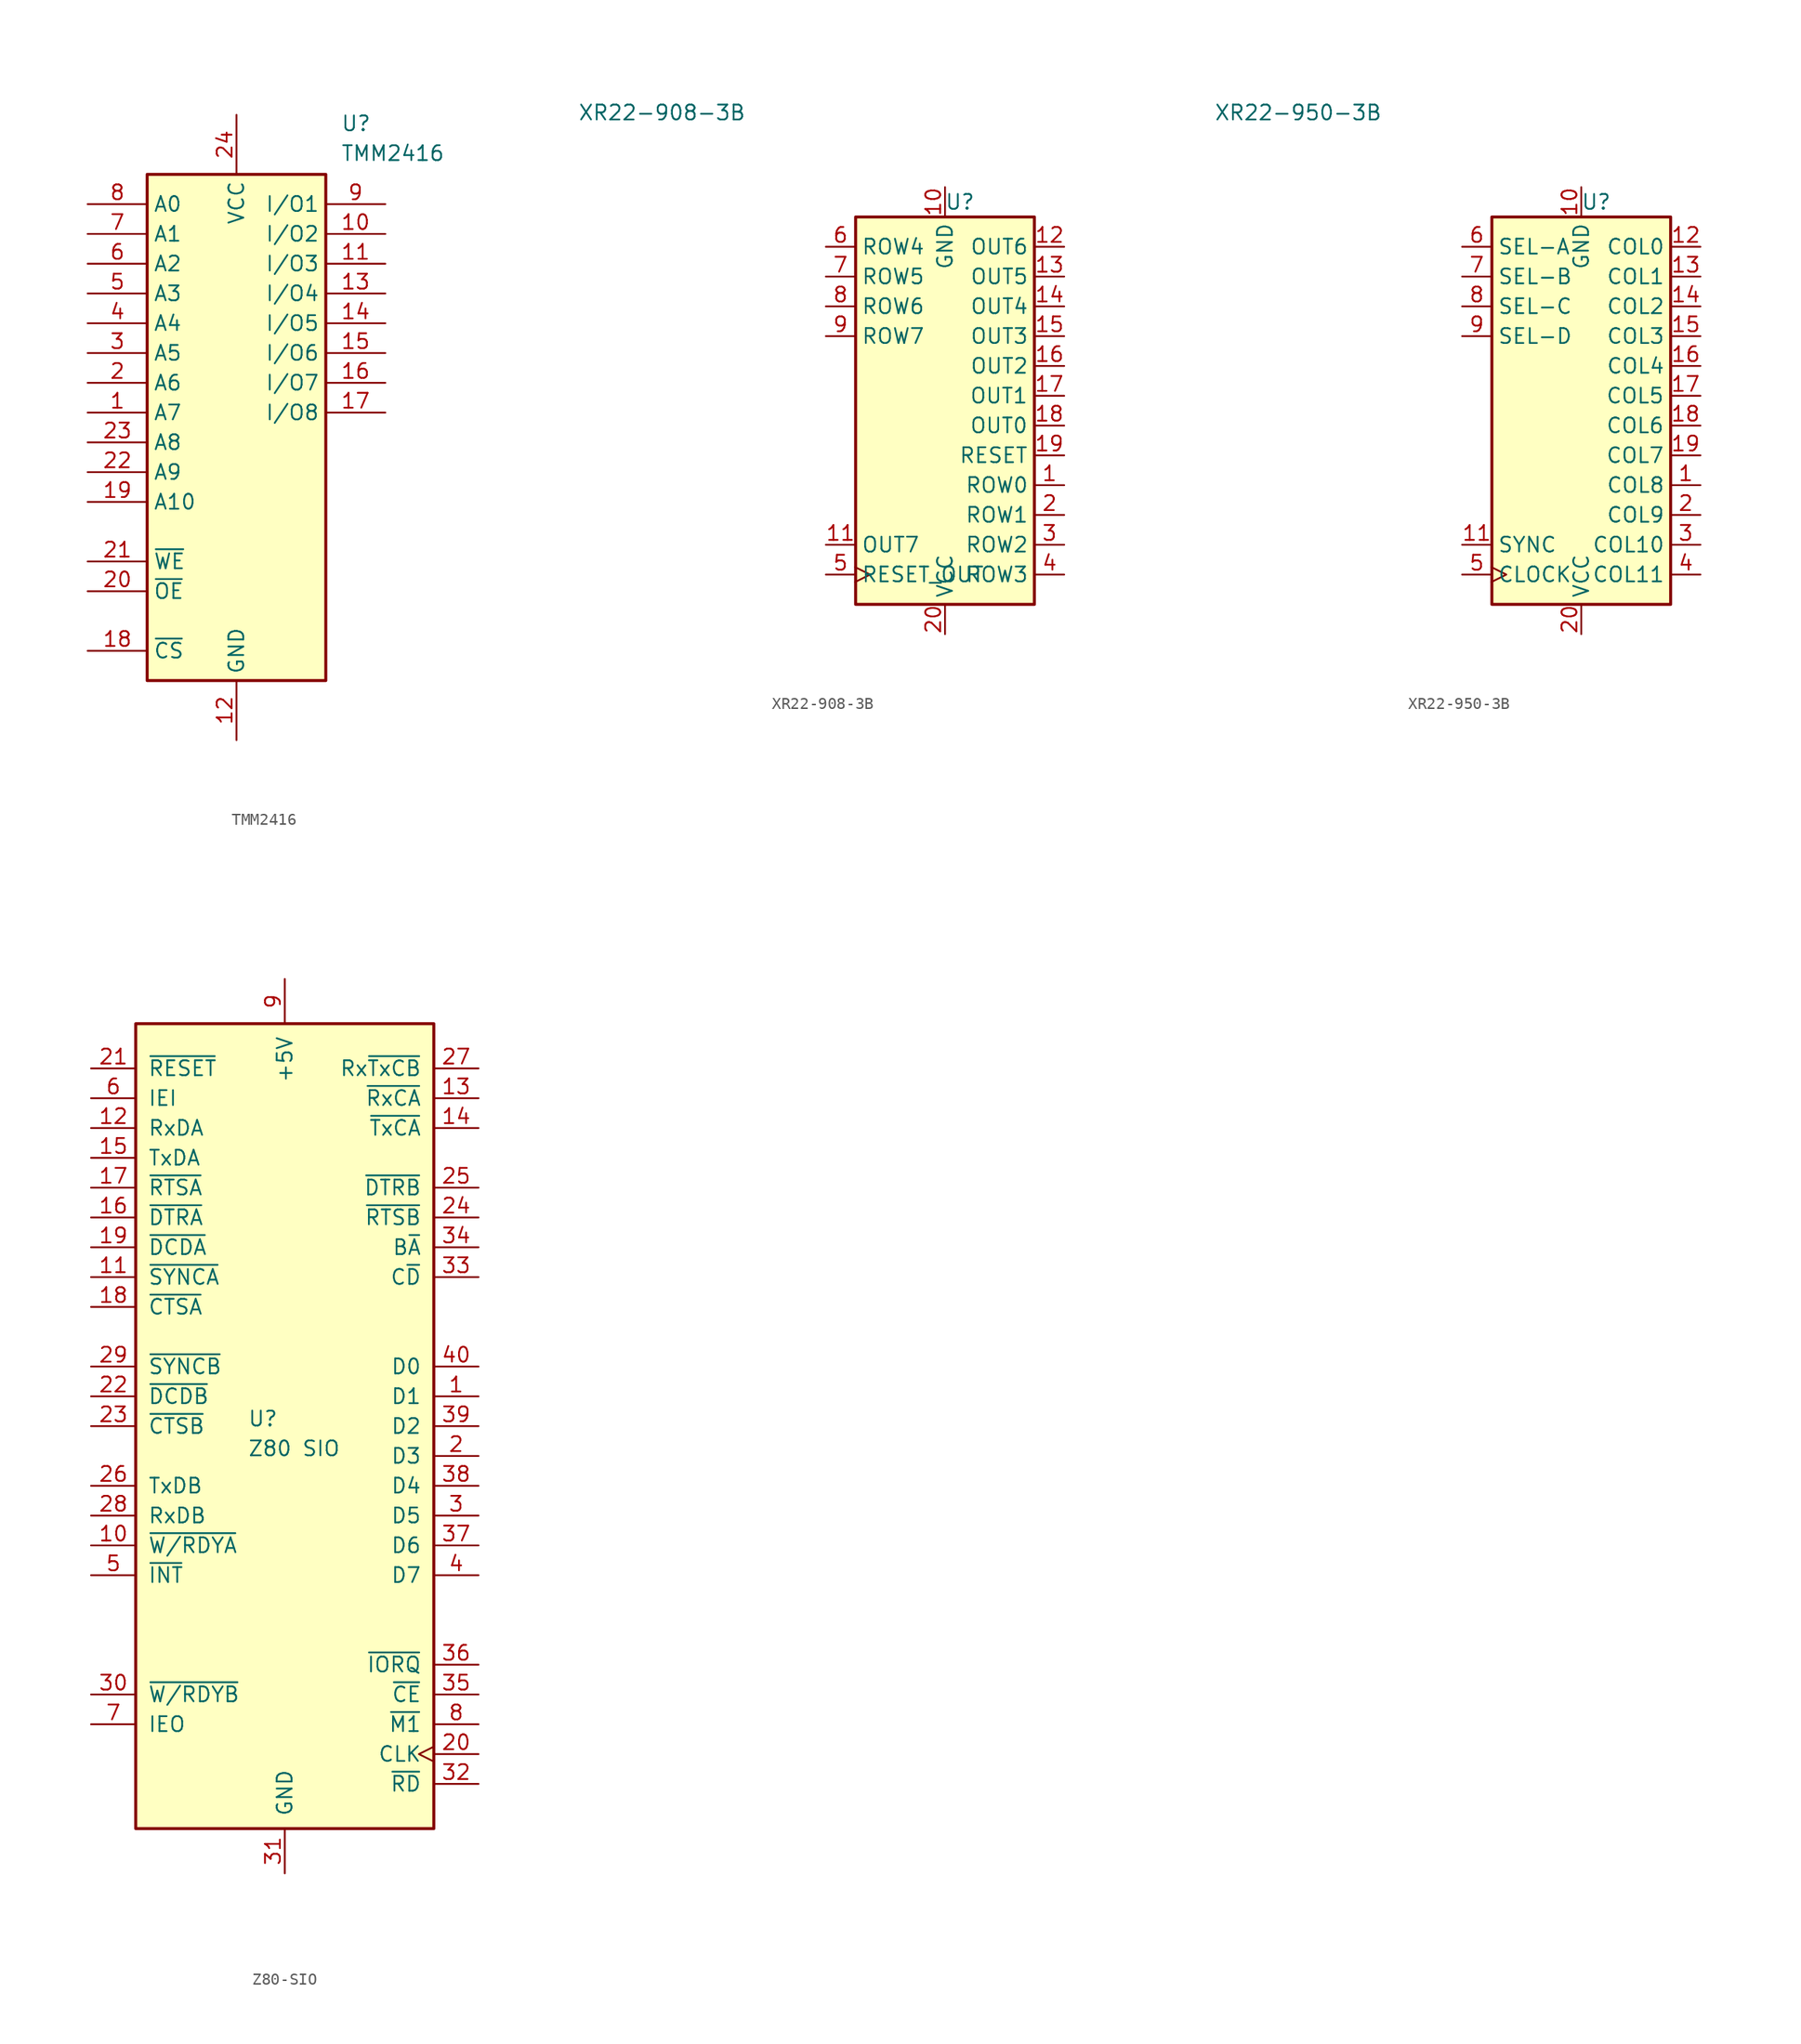
<source format=kicad_sym>
(kicad_symbol_lib
  (version 20220914)
  (generator kicad_symbol_editor)
  (symbol "TMM2416"
    (property "Reference" "U"
      (at 21.59 7.62 0)
      (effects (font (size 1.27 1.27)) (justify left top)))
    (property "Value" "TMM2416"
      (at 21.59 5.08 0)
      (effects (font (size 1.27 1.27)) (justify left top)))
    (symbol "TMM2416_1_1"
      (rectangle (start 5.08 2.54) (end 20.32 -40.64) (stroke (width 0.254) (type default)) (fill (type background)))
      (pin input line (at 0 -17.78 0) (length 5.08) (name "A7" (effects (font (size 1.27 1.27)))) (number "1" (effects (font (size 1.27 1.27)))))
      (pin bidirectional line (at 25.4 -2.54 180) (length 5.08) (name "I/O2" (effects (font (size 1.27 1.27)))) (number "10" (effects (font (size 1.27 1.27)))))
      (pin bidirectional line (at 25.4 -5.08 180) (length 5.08) (name "I/O3" (effects (font (size 1.27 1.27)))) (number "11" (effects (font (size 1.27 1.27)))))
      (pin power_in line (at 12.7 -45.72 90) (length 5.08) (name "GND" (effects (font (size 1.27 1.27)))) (number "12" (effects (font (size 1.27 1.27)))))
      (pin bidirectional line (at 25.4 -7.62 180) (length 5.08) (name "I/O4" (effects (font (size 1.27 1.27)))) (number "13" (effects (font (size 1.27 1.27)))))
      (pin bidirectional line (at 25.4 -10.16 180) (length 5.08) (name "I/O5" (effects (font (size 1.27 1.27)))) (number "14" (effects (font (size 1.27 1.27)))))
      (pin bidirectional line (at 25.4 -12.7 180) (length 5.08) (name "I/O6" (effects (font (size 1.27 1.27)))) (number "15" (effects (font (size 1.27 1.27)))))
      (pin bidirectional line (at 25.4 -15.24 180) (length 5.08) (name "I/O7" (effects (font (size 1.27 1.27)))) (number "16" (effects (font (size 1.27 1.27)))))
      (pin bidirectional line (at 25.4 -17.78 180) (length 5.08) (name "I/O8" (effects (font (size 1.27 1.27)))) (number "17" (effects (font (size 1.27 1.27)))))
      (pin input line (at 0 -38.1 0) (length 5.08) (name "~{CS}" (effects (font (size 1.27 1.27)))) (number "18" (effects (font (size 1.27 1.27)))))
      (pin input line (at 0 -25.4 0) (length 5.08) (name "A10" (effects (font (size 1.27 1.27)))) (number "19" (effects (font (size 1.27 1.27)))))
      (pin input line (at 0 -15.24 0) (length 5.08) (name "A6" (effects (font (size 1.27 1.27)))) (number "2" (effects (font (size 1.27 1.27)))))
      (pin input line (at 0 -33.02 0) (length 5.08) (name "~{OE}" (effects (font (size 1.27 1.27)))) (number "20" (effects (font (size 1.27 1.27)))))
      (pin input line (at 0 -30.48 0) (length 5.08) (name "~{WE}" (effects (font (size 1.27 1.27)))) (number "21" (effects (font (size 1.27 1.27)))))
      (pin input line (at 0 -22.86 0) (length 5.08) (name "A9" (effects (font (size 1.27 1.27)))) (number "22" (effects (font (size 1.27 1.27)))))
      (pin input line (at 0 -20.32 0) (length 5.08) (name "A8" (effects (font (size 1.27 1.27)))) (number "23" (effects (font (size 1.27 1.27)))))
      (pin power_in line (at 12.7 7.62 270) (length 5.08) (name "VCC" (effects (font (size 1.27 1.27)))) (number "24" (effects (font (size 1.27 1.27)))))
      (pin input line (at 0 -12.7 0) (length 5.08) (name "A5" (effects (font (size 1.27 1.27)))) (number "3" (effects (font (size 1.27 1.27)))))
      (pin input line (at 0 -10.16 0) (length 5.08) (name "A4" (effects (font (size 1.27 1.27)))) (number "4" (effects (font (size 1.27 1.27)))))
      (pin input line (at 0 -7.62 0) (length 5.08) (name "A3" (effects (font (size 1.27 1.27)))) (number "5" (effects (font (size 1.27 1.27)))))
      (pin input line (at 0 -5.08 0) (length 5.08) (name "A2" (effects (font (size 1.27 1.27)))) (number "6" (effects (font (size 1.27 1.27)))))
      (pin input line (at 0 -2.54 0) (length 5.08) (name "A1" (effects (font (size 1.27 1.27)))) (number "7" (effects (font (size 1.27 1.27)))))
      (pin input line (at 0 0 0) (length 5.08) (name "A0" (effects (font (size 1.27 1.27)))) (number "8" (effects (font (size 1.27 1.27)))))
      (pin bidirectional line (at 25.4 0 180) (length 5.08) (name "I/O1" (effects (font (size 1.27 1.27)))) (number "9" (effects (font (size 1.27 1.27)))))))
  (symbol "XR22-908-3B"
    (property "Reference" "U"
      (at 1.27 -6.35 0)
      (effects (font (size 1.27 1.27))))
    (property "Value" "XR22-908-3B"
      (at -24.13 1.27 0)
      (effects (font (size 1.27 1.27))))
    (symbol "XR22-908-3B_1_0"
      (pin bidirectional line (at 10.16 -30.48 180) (length 2.5) (name "ROW0" (effects (font (size 1.27 1.27)))) (number "1" (effects (font (size 1.27 1.27)))))
      (pin power_in line (at 0 -5.08 270) (length 2.5) (name "GND" (effects (font (size 1.27 1.27)))) (number "10" (effects (font (size 1.27 1.27)))))
      (pin output line (at -10.16 -35.56 0) (length 2.5) (name "OUT7" (effects (font (size 1.27 1.27)))) (number "11" (effects (font (size 1.27 1.27)))))
      (pin output line (at 10.16 -10.16 180) (length 2.5) (name "OUT6" (effects (font (size 1.27 1.27)))) (number "12" (effects (font (size 1.27 1.27)))))
      (pin output line (at 10.16 -12.7 180) (length 2.5) (name "OUT5" (effects (font (size 1.27 1.27)))) (number "13" (effects (font (size 1.27 1.27)))))
      (pin output line (at 10.16 -15.24 180) (length 2.5) (name "OUT4" (effects (font (size 1.27 1.27)))) (number "14" (effects (font (size 1.27 1.27)))))
      (pin output line (at 10.16 -17.78 180) (length 2.5) (name "OUT3" (effects (font (size 1.27 1.27)))) (number "15" (effects (font (size 1.27 1.27)))))
      (pin output line (at 10.16 -20.32 180) (length 2.5) (name "OUT2" (effects (font (size 1.27 1.27)))) (number "16" (effects (font (size 1.27 1.27)))))
      (pin output line (at 10.16 -22.86 180) (length 2.54) (name "OUT1" (effects (font (size 1.27 1.27)))) (number "17" (effects (font (size 1.27 1.27)))))
      (pin output line (at 10.16 -25.4 180) (length 2.54) (name "OUT0" (effects (font (size 1.27 1.27)))) (number "18" (effects (font (size 1.27 1.27)))))
      (pin input line (at 10.16 -27.94 180) (length 2.54) (name "RESET" (effects (font (size 1.27 1.27)))) (number "19" (effects (font (size 1.27 1.27)))))
      (pin bidirectional line (at 10.16 -33.02 180) (length 2.5) (name "ROW1" (effects (font (size 1.27 1.27)))) (number "2" (effects (font (size 1.27 1.27)))))
      (pin power_in line (at 0 -43.18 90) (length 2.54) (name "VCC" (effects (font (size 1.27 1.27)))) (number "20" (effects (font (size 1.27 1.27)))))
      (pin bidirectional line (at 10.16 -35.56 180) (length 2.5) (name "ROW2" (effects (font (size 1.27 1.27)))) (number "3" (effects (font (size 1.27 1.27)))))
      (pin bidirectional line (at 10.16 -38.1 180) (length 2.5) (name "ROW3" (effects (font (size 1.27 1.27)))) (number "4" (effects (font (size 1.27 1.27)))))
      (pin output clock (at -10.16 -38.1 0) (length 2.5) (name "RESET_OUT" (effects (font (size 1.27 1.27)))) (number "5" (effects (font (size 1.27 1.27)))))
      (pin bidirectional line (at -10.16 -10.16 0) (length 2.5) (name "ROW4" (effects (font (size 1.27 1.27)))) (number "6" (effects (font (size 1.27 1.27)))))
      (pin bidirectional line (at -10.16 -12.7 0) (length 2.5) (name "ROW5" (effects (font (size 1.27 1.27)))) (number "7" (effects (font (size 1.27 1.27)))))
      (pin bidirectional line (at -10.16 -15.24 0) (length 2.5) (name "ROW6" (effects (font (size 1.27 1.27)))) (number "8" (effects (font (size 1.27 1.27)))))
      (pin bidirectional line (at -10.16 -17.78 0) (length 2.5) (name "ROW7" (effects (font (size 1.27 1.27)))) (number "9" (effects (font (size 1.27 1.27))))))
    (symbol "XR22-908-3B_1_1"
      (rectangle (start -7.62 -7.62) (end 7.62 -40.64) (stroke (width 0.254) (type default)) (fill (type background)))))
  (symbol "XR22-950-3B"
    (property "Reference" "U"
      (at 1.27 -6.35 0)
      (effects (font (size 1.27 1.27))))
    (property "Value" "XR22-950-3B"
      (at -24.13 1.27 0)
      (effects (font (size 1.27 1.27))))
    (symbol "XR22-950-3B_1_0"
      (pin bidirectional line (at 10.16 -30.48 180) (length 2.5) (name "COL8" (effects (font (size 1.27 1.27)))) (number "1" (effects (font (size 1.27 1.27)))))
      (pin power_in line (at 0 -5.08 270) (length 2.5) (name "GND" (effects (font (size 1.27 1.27)))) (number "10" (effects (font (size 1.27 1.27)))))
      (pin bidirectional line (at -10.16 -35.56 0) (length 2.5) (name "SYNC" (effects (font (size 1.27 1.27)))) (number "11" (effects (font (size 1.27 1.27)))))
      (pin bidirectional line (at 10.16 -10.16 180) (length 2.5) (name "COL0" (effects (font (size 1.27 1.27)))) (number "12" (effects (font (size 1.27 1.27)))))
      (pin bidirectional line (at 10.16 -12.7 180) (length 2.5) (name "COL1" (effects (font (size 1.27 1.27)))) (number "13" (effects (font (size 1.27 1.27)))))
      (pin bidirectional line (at 10.16 -15.24 180) (length 2.5) (name "COL2" (effects (font (size 1.27 1.27)))) (number "14" (effects (font (size 1.27 1.27)))))
      (pin bidirectional line (at 10.16 -17.78 180) (length 2.5) (name "COL3" (effects (font (size 1.27 1.27)))) (number "15" (effects (font (size 1.27 1.27)))))
      (pin bidirectional line (at 10.16 -20.32 180) (length 2.5) (name "COL4" (effects (font (size 1.27 1.27)))) (number "16" (effects (font (size 1.27 1.27)))))
      (pin bidirectional line (at 10.16 -22.86 180) (length 2.54) (name "COL5" (effects (font (size 1.27 1.27)))) (number "17" (effects (font (size 1.27 1.27)))))
      (pin bidirectional line (at 10.16 -25.4 180) (length 2.54) (name "COL6" (effects (font (size 1.27 1.27)))) (number "18" (effects (font (size 1.27 1.27)))))
      (pin bidirectional line (at 10.16 -27.94 180) (length 2.54) (name "COL7" (effects (font (size 1.27 1.27)))) (number "19" (effects (font (size 1.27 1.27)))))
      (pin bidirectional line (at 10.16 -33.02 180) (length 2.5) (name "COL9" (effects (font (size 1.27 1.27)))) (number "2" (effects (font (size 1.27 1.27)))))
      (pin power_in line (at 0 -43.18 90) (length 2.54) (name "VCC" (effects (font (size 1.27 1.27)))) (number "20" (effects (font (size 1.27 1.27)))))
      (pin bidirectional line (at 10.16 -35.56 180) (length 2.5) (name "COL10" (effects (font (size 1.27 1.27)))) (number "3" (effects (font (size 1.27 1.27)))))
      (pin bidirectional line (at 10.16 -38.1 180) (length 2.5) (name "COL11" (effects (font (size 1.27 1.27)))) (number "4" (effects (font (size 1.27 1.27)))))
      (pin bidirectional clock (at -10.16 -38.1 0) (length 2.5) (name "CLOCK" (effects (font (size 1.27 1.27)))) (number "5" (effects (font (size 1.27 1.27)))))
      (pin bidirectional line (at -10.16 -10.16 0) (length 2.5) (name "SEL-A" (effects (font (size 1.27 1.27)))) (number "6" (effects (font (size 1.27 1.27)))))
      (pin bidirectional line (at -10.16 -12.7 0) (length 2.5) (name "SEL-B" (effects (font (size 1.27 1.27)))) (number "7" (effects (font (size 1.27 1.27)))))
      (pin bidirectional line (at -10.16 -15.24 0) (length 2.5) (name "SEL-C" (effects (font (size 1.27 1.27)))) (number "8" (effects (font (size 1.27 1.27)))))
      (pin bidirectional line (at -10.16 -17.78 0) (length 2.5) (name "SEL-D" (effects (font (size 1.27 1.27)))) (number "9" (effects (font (size 1.27 1.27))))))
    (symbol "XR22-950-3B_1_1"
      (rectangle (start -7.62 -7.62) (end 7.62 -40.64) (stroke (width 0.254) (type default)) (fill (type background)))))
  (symbol "Z80-SIO"
    (pin_names
      (offset 1.016))
    (property "Reference" "U"
      (at -3.175 0.635 0)
      (effects (font (size 1.27 1.27)) (justify left)))
    (property "Value" "Z80 SIO"
      (at -3.175 -1.905 0)
      (effects (font (size 1.27 1.27)) (justify left)))
    (symbol "Z80-SIO_0_1"
      (rectangle (start -12.7 34.29) (end 12.7 -34.29) (stroke (width 0.254) (type default)) (fill (type background))))
    (symbol "Z80-SIO_1_1"
      (pin bidirectional line (at 16.51 2.54 180) (length 3.81) (name "D1" (effects (font (size 1.27 1.27)))) (number "1" (effects (font (size 1.27 1.27)))))
      (pin output line (at -16.51 -10.16 0) (length 3.81) (name "~{W/RDYA}" (effects (font (size 1.27 1.27)))) (number "10" (effects (font (size 1.27 1.27)))))
      (pin bidirectional line (at -16.51 12.7 0) (length 3.81) (name "~{SYNCA}" (effects (font (size 1.27 1.27)))) (number "11" (effects (font (size 1.27 1.27)))))
      (pin input line (at -16.51 25.4 0) (length 3.81) (name "RxDA" (effects (font (size 1.27 1.27)))) (number "12" (effects (font (size 1.27 1.27)))))
      (pin input line (at 16.51 27.94 180) (length 3.81) (name "~{RxCA}" (effects (font (size 1.27 1.27)))) (number "13" (effects (font (size 1.27 1.27)))))
      (pin input line (at 16.51 25.4 180) (length 3.81) (name "~{TxCA}" (effects (font (size 1.27 1.27)))) (number "14" (effects (font (size 1.27 1.27)))))
      (pin output line (at -16.51 22.86 0) (length 3.81) (name "TxDA" (effects (font (size 1.27 1.27)))) (number "15" (effects (font (size 1.27 1.27)))))
      (pin output line (at -16.51 17.78 0) (length 3.81) (name "~{DTRA}" (effects (font (size 1.27 1.27)))) (number "16" (effects (font (size 1.27 1.27)))))
      (pin output line (at -16.51 20.32 0) (length 3.81) (name "~{RTSA}" (effects (font (size 1.27 1.27)))) (number "17" (effects (font (size 1.27 1.27)))))
      (pin input line (at -16.51 10.16 0) (length 3.81) (name "~{CTSA}" (effects (font (size 1.27 1.27)))) (number "18" (effects (font (size 1.27 1.27)))))
      (pin input line (at -16.51 15.24 0) (length 3.81) (name "~{DCDA}" (effects (font (size 1.27 1.27)))) (number "19" (effects (font (size 1.27 1.27)))))
      (pin bidirectional line (at 16.51 -2.54 180) (length 3.81) (name "D3" (effects (font (size 1.27 1.27)))) (number "2" (effects (font (size 1.27 1.27)))))
      (pin input clock (at 16.51 -27.94 180) (length 3.81) (name "CLK" (effects (font (size 1.27 1.27)))) (number "20" (effects (font (size 1.27 1.27)))))
      (pin input line (at -16.51 30.48 0) (length 3.81) (name "~{RESET}" (effects (font (size 1.27 1.27)))) (number "21" (effects (font (size 1.27 1.27)))))
      (pin input line (at -16.51 2.54 0) (length 3.81) (name "~{DCDB}" (effects (font (size 1.27 1.27)))) (number "22" (effects (font (size 1.27 1.27)))))
      (pin input line (at -16.51 0 0) (length 3.81) (name "~{CTSB}" (effects (font (size 1.27 1.27)))) (number "23" (effects (font (size 1.27 1.27)))))
      (pin output line (at 16.51 17.78 180) (length 3.81) (name "~{RTSB}" (effects (font (size 1.27 1.27)))) (number "24" (effects (font (size 1.27 1.27)))))
      (pin output line (at 16.51 20.32 180) (length 3.81) (name "~{DTRB}" (effects (font (size 1.27 1.27)))) (number "25" (effects (font (size 1.27 1.27)))))
      (pin output line (at -16.51 -5.08 0) (length 3.81) (name "TxDB" (effects (font (size 1.27 1.27)))) (number "26" (effects (font (size 1.27 1.27)))))
      (pin input line (at 16.51 30.48 180) (length 3.81) (name "Rx~{TxCB}" (effects (font (size 1.27 1.27)))) (number "27" (effects (font (size 1.27 1.27)))))
      (pin input line (at -16.51 -7.62 0) (length 3.81) (name "RxDB" (effects (font (size 1.27 1.27)))) (number "28" (effects (font (size 1.27 1.27)))))
      (pin bidirectional line (at -16.51 5.08 0) (length 3.81) (name "~{SYNCB}" (effects (font (size 1.27 1.27)))) (number "29" (effects (font (size 1.27 1.27)))))
      (pin bidirectional line (at 16.51 -7.62 180) (length 3.81) (name "D5" (effects (font (size 1.27 1.27)))) (number "3" (effects (font (size 1.27 1.27)))))
      (pin output line (at -16.51 -22.86 0) (length 3.81) (name "~{W/RDYB}" (effects (font (size 1.27 1.27)))) (number "30" (effects (font (size 1.27 1.27)))))
      (pin power_in line (at 0 -38.1 90) (length 3.81) (name "GND" (effects (font (size 1.27 1.27)))) (number "31" (effects (font (size 1.27 1.27)))))
      (pin input line (at 16.51 -30.48 180) (length 3.81) (name "~{RD}" (effects (font (size 1.27 1.27)))) (number "32" (effects (font (size 1.27 1.27)))))
      (pin bidirectional line (at 16.51 12.7 180) (length 3.81) (name "C~{D}" (effects (font (size 1.27 1.27)))) (number "33" (effects (font (size 1.27 1.27)))))
      (pin bidirectional line (at 16.51 15.24 180) (length 3.81) (name "B~{A}" (effects (font (size 1.27 1.27)))) (number "34" (effects (font (size 1.27 1.27)))))
      (pin input line (at 16.51 -22.86 180) (length 3.81) (name "~{CE}" (effects (font (size 1.27 1.27)))) (number "35" (effects (font (size 1.27 1.27)))))
      (pin input line (at 16.51 -20.32 180) (length 3.81) (name "~{IORQ}" (effects (font (size 1.27 1.27)))) (number "36" (effects (font (size 1.27 1.27)))))
      (pin bidirectional line (at 16.51 -10.16 180) (length 3.81) (name "D6" (effects (font (size 1.27 1.27)))) (number "37" (effects (font (size 1.27 1.27)))))
      (pin bidirectional line (at 16.51 -5.08 180) (length 3.81) (name "D4" (effects (font (size 1.27 1.27)))) (number "38" (effects (font (size 1.27 1.27)))))
      (pin bidirectional line (at 16.51 0 180) (length 3.81) (name "D2" (effects (font (size 1.27 1.27)))) (number "39" (effects (font (size 1.27 1.27)))))
      (pin bidirectional line (at 16.51 -12.7 180) (length 3.81) (name "D7" (effects (font (size 1.27 1.27)))) (number "4" (effects (font (size 1.27 1.27)))))
      (pin bidirectional line (at 16.51 5.08 180) (length 3.81) (name "D0" (effects (font (size 1.27 1.27)))) (number "40" (effects (font (size 1.27 1.27)))))
      (pin output line (at -16.51 -12.7 0) (length 3.81) (name "~{INT}" (effects (font (size 1.27 1.27)))) (number "5" (effects (font (size 1.27 1.27)))))
      (pin input line (at -16.51 27.94 0) (length 3.81) (name "IEI" (effects (font (size 1.27 1.27)))) (number "6" (effects (font (size 1.27 1.27)))))
      (pin output line (at -16.51 -25.4 0) (length 3.81) (name "IEO" (effects (font (size 1.27 1.27)))) (number "7" (effects (font (size 1.27 1.27)))))
      (pin input line (at 16.51 -25.4 180) (length 3.81) (name "~{M1}" (effects (font (size 1.27 1.27)))) (number "8" (effects (font (size 1.27 1.27)))))
      (pin power_in line (at 0 38.1 270) (length 3.81) (name "+5V" (effects (font (size 1.27 1.27)))) (number "9" (effects (font (size 1.27 1.27))))))))
</source>
